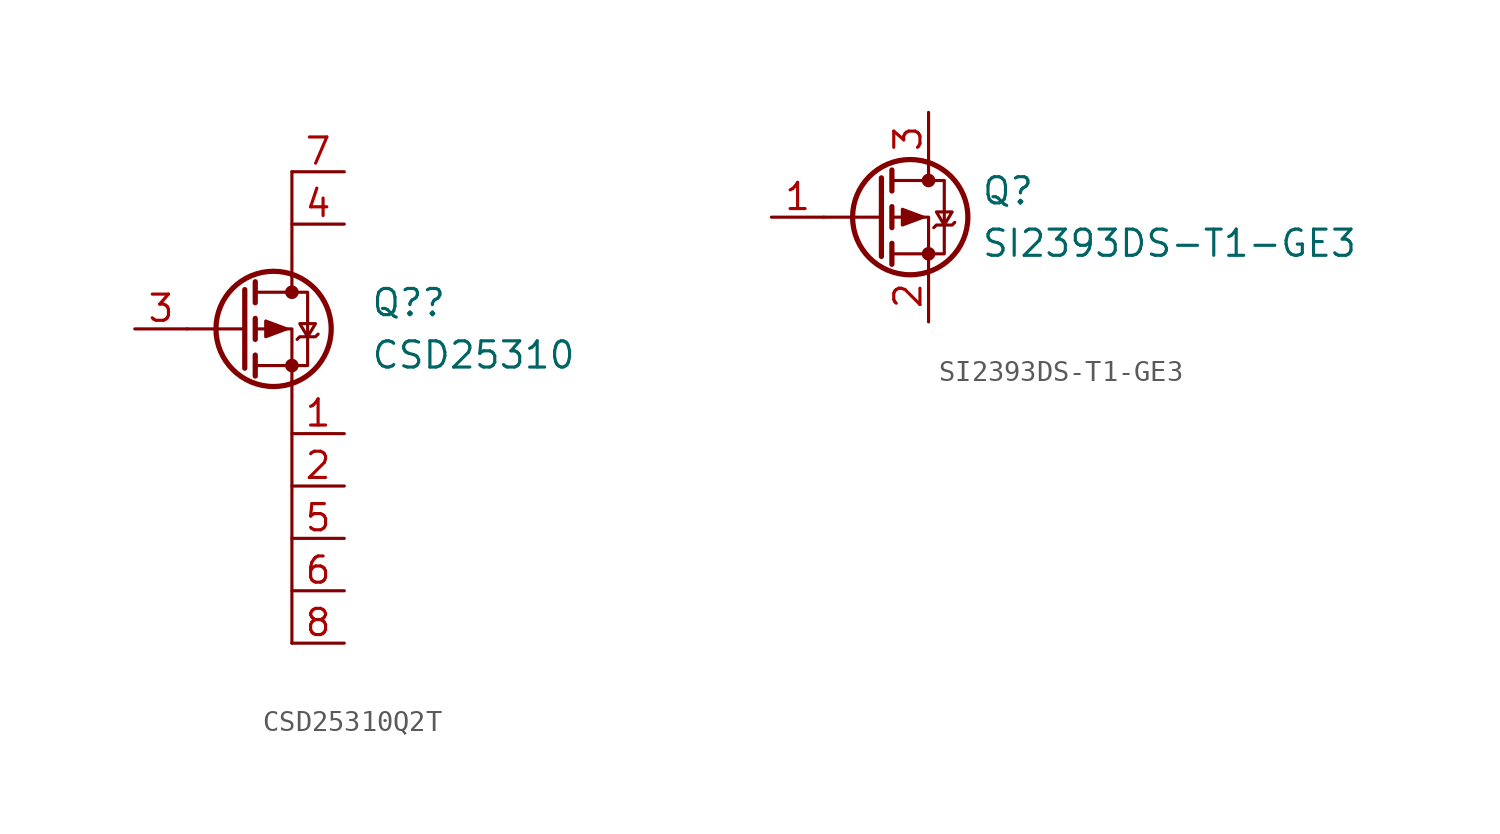
<source format=kicad_sym>
(kicad_symbol_lib
  (version 20220914)
  (generator kicad_symbol_editor)
  (symbol "CSD25310Q2T"
    (pin_names hide)
    (property "Reference" "Q?"
      (at 3.81 1.27 0)
      (effects (font (size 1.27 1.27)) (justify left)))
    (property "Value" "CSD25310"
      (at 3.81 -1.27 0)
      (effects (font (size 1.27 1.27)) (justify left)))
    (symbol "CSD25310Q2T_0_1"
      (circle (center -0.889 0) (radius 2.794) (stroke (width 0.254) (type default)) (fill (type none)))
      (circle (center 0 -1.778) (radius 0.254) (stroke (width 0) (type default)) (fill (type outline)))
      (polyline (pts (xy -2.286 0) (xy -5.08 0)) (stroke (width 0) (type default)) (fill (type none)))
      (polyline (pts (xy -2.286 1.905) (xy -2.286 -1.905)) (stroke (width 0.254) (type default)) (fill (type none)))
      (polyline (pts (xy -1.778 -1.27) (xy -1.778 -2.286)) (stroke (width 0.254) (type default)) (fill (type none)))
      (polyline (pts (xy -1.778 0.508) (xy -1.778 -0.508)) (stroke (width 0.254) (type default)) (fill (type none)))
      (polyline (pts (xy -1.778 2.286) (xy -1.778 1.27)) (stroke (width 0.254) (type default)) (fill (type none)))
      (polyline (pts (xy 0 -15.24) (xy 0 -2.54)) (stroke (width 0) (type default)) (fill (type none)))
      (polyline (pts (xy 0 2.54) (xy 0 1.778)) (stroke (width 0) (type default)) (fill (type none)))
      (polyline (pts (xy 0 7.62) (xy 0 2.54)) (stroke (width 0) (type default)) (fill (type none)))
      (polyline (pts (xy 0 -2.54) (xy 0 0) (xy -1.778 0)) (stroke (width 0) (type default)) (fill (type none)))
      (polyline (pts (xy -1.778 1.778) (xy 0.762 1.778) (xy 0.762 -1.778) (xy -1.778 -1.778)) (stroke (width 0) (type default)) (fill (type none)))
      (polyline (pts (xy -0.254 0) (xy -1.27 0.381) (xy -1.27 -0.381) (xy -0.254 0)) (stroke (width 0) (type default)) (fill (type outline)))
      (polyline (pts (xy 0.254 -0.508) (xy 0.381 -0.381) (xy 1.143 -0.381) (xy 1.27 -0.254)) (stroke (width 0) (type default)) (fill (type none)))
      (polyline (pts (xy 0.762 -0.381) (xy 0.381 0.254) (xy 1.143 0.254) (xy 0.762 -0.381)) (stroke (width 0) (type default)) (fill (type none)))
      (circle (center 0 1.778) (radius 0.254) (stroke (width 0) (type default)) (fill (type outline))))
    (symbol "CSD25310Q2T_1_0"
      (pin passive line (at 2.54 7.62 180) (length 2.54) (name "S" (effects (font (size 1.27 1.27)))) (number "7" (effects (font (size 1.27 1.27))))))
    (symbol "CSD25310Q2T_1_1"
      (pin passive line (at 2.54 -5.08 180) (length 2.54) (name "S" (effects (font (size 1.27 1.27)))) (number "1" (effects (font (size 1.27 1.27)))))
      (pin passive line (at 2.54 -7.62 180) (length 2.54) (name "S" (effects (font (size 1.27 1.27)))) (number "2" (effects (font (size 1.27 1.27)))))
      (pin passive line (at -7.62 0 0) (length 2.54) (name "G" (effects (font (size 1.27 1.27)))) (number "3" (effects (font (size 1.27 1.27)))))
      (pin passive line (at 2.54 5.08 180) (length 2.54) (name "D" (effects (font (size 1.27 1.27)))) (number "4" (effects (font (size 1.27 1.27)))))
      (pin passive line (at 2.54 -10.16 180) (length 2.54) (name "S" (effects (font (size 1.27 1.27)))) (number "5" (effects (font (size 1.27 1.27)))))
      (pin passive line (at 2.54 -12.7 180) (length 2.54) (name "S" (effects (font (size 1.27 1.27)))) (number "6" (effects (font (size 1.27 1.27)))))
      (pin passive line (at 2.54 -15.24 180) (length 2.54) (name "D" (effects (font (size 1.27 1.27)))) (number "8" (effects (font (size 1.27 1.27)))))))
  (symbol "SI2393DS-T1-GE3"
    (pin_names
      (offset 0) hide)
    (property "Reference" "Q"
      (at 5.08 1.27 0)
      (effects (font (size 1.27 1.27)) (justify left)))
    (property "Value" "SI2393DS-T1-GE3"
      (at 5.08 -1.27 0)
      (effects (font (size 1.27 1.27)) (justify left)))
    (symbol "SI2393DS-T1-GE3_0_1"
      (polyline (pts (xy 0.254 0) (xy -2.54 0)) (stroke (width 0) (type default)) (fill (type none)))
      (polyline (pts (xy 0.254 1.905) (xy 0.254 -1.905)) (stroke (width 0.254) (type default)) (fill (type none)))
      (polyline (pts (xy 0.762 -1.27) (xy 0.762 -2.286)) (stroke (width 0.254) (type default)) (fill (type none)))
      (polyline (pts (xy 0.762 0.508) (xy 0.762 -0.508)) (stroke (width 0.254) (type default)) (fill (type none)))
      (polyline (pts (xy 0.762 2.286) (xy 0.762 1.27)) (stroke (width 0.254) (type default)) (fill (type none)))
      (polyline (pts (xy 2.54 2.54) (xy 2.54 1.778)) (stroke (width 0) (type default)) (fill (type none)))
      (polyline (pts (xy 2.54 -2.54) (xy 2.54 0) (xy 0.762 0)) (stroke (width 0) (type default)) (fill (type none)))
      (polyline (pts (xy 0.762 1.778) (xy 3.302 1.778) (xy 3.302 -1.778) (xy 0.762 -1.778)) (stroke (width 0) (type default)) (fill (type none)))
      (polyline (pts (xy 2.286 0) (xy 1.27 0.381) (xy 1.27 -0.381) (xy 2.286 0)) (stroke (width 0) (type default)) (fill (type outline)))
      (polyline (pts (xy 2.794 -0.508) (xy 2.921 -0.381) (xy 3.683 -0.381) (xy 3.81 -0.254)) (stroke (width 0) (type default)) (fill (type none)))
      (polyline (pts (xy 3.302 -0.381) (xy 2.921 0.254) (xy 3.683 0.254) (xy 3.302 -0.381)) (stroke (width 0) (type default)) (fill (type none)))
      (circle (center 1.651 0) (radius 2.794) (stroke (width 0.254) (type default)) (fill (type none)))
      (circle (center 2.54 -1.778) (radius 0.254) (stroke (width 0) (type default)) (fill (type outline)))
      (circle (center 2.54 1.778) (radius 0.254) (stroke (width 0) (type default)) (fill (type outline))))
    (symbol "SI2393DS-T1-GE3_1_1"
      (pin input line (at -5.08 0 0) (length 2.54) (name "G" (effects (font (size 1.27 1.27)))) (number "1" (effects (font (size 1.27 1.27)))))
      (pin passive line (at 2.54 -5.08 90) (length 2.54) (name "S" (effects (font (size 1.27 1.27)))) (number "2" (effects (font (size 1.27 1.27)))))
      (pin passive line (at 2.54 5.08 270) (length 2.54) (name "D" (effects (font (size 1.27 1.27)))) (number "3" (effects (font (size 1.27 1.27))))))))
</source>
